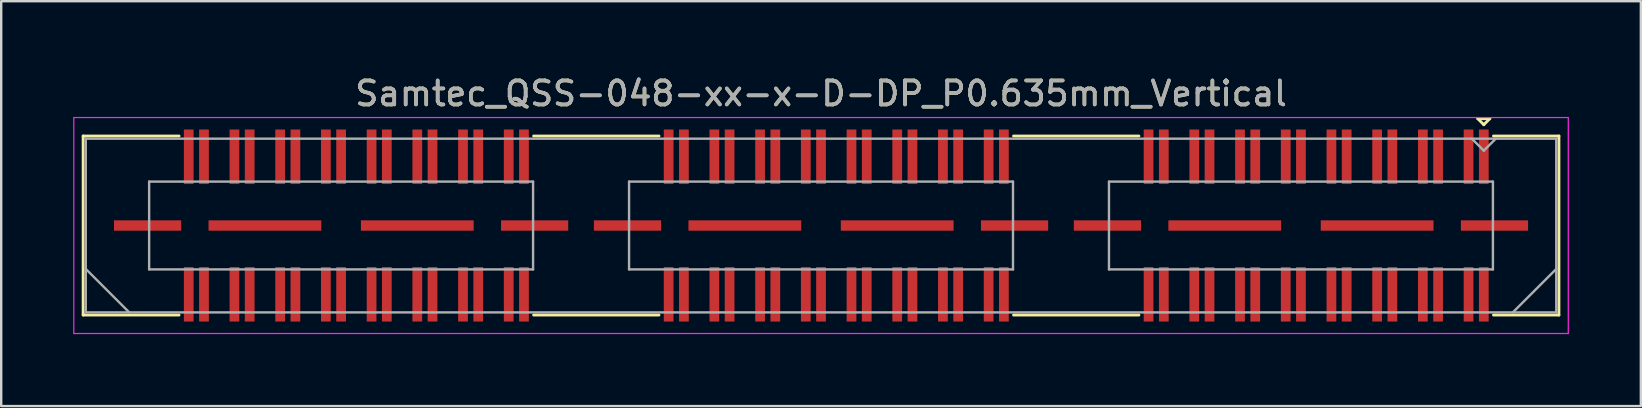
<source format=kicad_pcb>
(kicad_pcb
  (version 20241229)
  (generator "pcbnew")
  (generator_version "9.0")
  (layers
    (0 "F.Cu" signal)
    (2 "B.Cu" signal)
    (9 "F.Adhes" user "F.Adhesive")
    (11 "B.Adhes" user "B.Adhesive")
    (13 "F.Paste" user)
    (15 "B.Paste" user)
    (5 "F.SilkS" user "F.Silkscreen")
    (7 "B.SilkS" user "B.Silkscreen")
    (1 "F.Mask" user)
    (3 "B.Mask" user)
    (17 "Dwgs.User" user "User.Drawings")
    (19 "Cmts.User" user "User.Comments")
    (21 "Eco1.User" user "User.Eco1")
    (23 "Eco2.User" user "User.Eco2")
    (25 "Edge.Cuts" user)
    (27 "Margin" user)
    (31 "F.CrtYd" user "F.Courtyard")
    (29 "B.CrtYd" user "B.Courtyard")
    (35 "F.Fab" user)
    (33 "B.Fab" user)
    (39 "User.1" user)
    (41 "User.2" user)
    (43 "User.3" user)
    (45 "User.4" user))
  (footprint "Samtec_QSS-048-xx-x-D-DP_P0.635mm_Vertical"
    (layer "F.Cu")
    (at 31.165 6.348)
    (property "Reference" "Samtec_QSS-048-xx-x-D-DP_P0.635mm_Vertical" (at 0 -5.5 0) (layer "F.SilkS") (effects (font (size 1 1) (thickness 0.15))))
    (attr smd)
    (fp_line (start -30.75 -3.73) (end -26.753 -3.73) (stroke (width 0.12) (type solid)) (layer "F.SilkS"))
    (fp_line (start -30.75 3.73) (end -30.75 -3.73) (stroke (width 0.12) (type solid)) (layer "F.SilkS"))
    (fp_line (start -26.753 3.73) (end -30.75 3.73) (stroke (width 0.12) (type solid)) (layer "F.SilkS"))
    (fp_line (start -6.753 -3.73) (end -11.977 -3.73) (stroke (width 0.12) (type solid)) (layer "F.SilkS"))
    (fp_line (start -6.753 3.73) (end -11.977 3.73) (stroke (width 0.12) (type solid)) (layer "F.SilkS"))
    (fp_line (start 13.247 -3.73) (end 8.023 -3.73) (stroke (width 0.12) (type solid)) (layer "F.SilkS"))
    (fp_line (start 13.247 3.73) (end 8.023 3.73) (stroke (width 0.12) (type solid)) (layer "F.SilkS"))
    (fp_line (start 27.37 -4.452) (end 27.87 -4.452) (stroke (width 0.12) (type solid)) (layer "F.SilkS"))
    (fp_line (start 27.62 -4.202) (end 27.37 -4.452) (stroke (width 0.12) (type solid)) (layer "F.SilkS"))
    (fp_line (start 27.87 -4.452) (end 27.62 -4.202) (stroke (width 0.12) (type solid)) (layer "F.SilkS"))
    (fp_line (start 28.023 3.73) (end 30.75 3.73) (stroke (width 0.12) (type solid)) (layer "F.SilkS"))
    (fp_line (start 30.75 -3.73) (end 28.023 -3.73) (stroke (width 0.12) (type solid)) (layer "F.SilkS"))
    (fp_line (start 30.75 3.73) (end 30.75 -3.73) (stroke (width 0.12) (type solid)) (layer "F.SilkS"))
    (fp_line (start -31.14 -4.5) (end -31.14 4.5) (stroke (width 0.05) (type solid)) (layer "F.CrtYd"))
    (fp_line (start -31.14 4.5) (end 31.14 4.5) (stroke (width 0.05) (type solid)) (layer "F.CrtYd"))
    (fp_line (start 31.14 -4.5) (end -31.14 -4.5) (stroke (width 0.05) (type solid)) (layer "F.CrtYd"))
    (fp_line (start 31.14 4.5) (end 31.14 -4.5) (stroke (width 0.05) (type solid)) (layer "F.CrtYd"))
    (fp_line (start -30.64 -3.62) (end -30.64 3.62) (stroke (width 0.1) (type solid)) (layer "F.Fab"))
    (fp_line (start -30.64 1.81) (end -28.83 3.62) (stroke (width 0.1) (type solid)) (layer "F.Fab"))
    (fp_line (start -30.64 3.62) (end 30.64 3.62) (stroke (width 0.1) (type solid)) (layer "F.Fab"))
    (fp_line (start -28 -1.83) (end -28 1.83) (stroke (width 0.1) (type solid)) (layer "F.Fab"))
    (fp_line (start -28 1.83) (end -12 1.83) (stroke (width 0.1) (type solid)) (layer "F.Fab"))
    (fp_line (start -12 -1.83) (end -28 -1.83) (stroke (width 0.1) (type solid)) (layer "F.Fab"))
    (fp_line (start -12 1.83) (end -12 -1.83) (stroke (width 0.1) (type solid)) (layer "F.Fab"))
    (fp_line (start -8 -1.83) (end -8 1.83) (stroke (width 0.1) (type solid)) (layer "F.Fab"))
    (fp_line (start -8 1.83) (end 8 1.83) (stroke (width 0.1) (type solid)) (layer "F.Fab"))
    (fp_line (start 8 -1.83) (end -8 -1.83) (stroke (width 0.1) (type solid)) (layer "F.Fab"))
    (fp_line (start 8 1.83) (end 8 -1.83) (stroke (width 0.1) (type solid)) (layer "F.Fab"))
    (fp_line (start 12 -1.83) (end 12 1.83) (stroke (width 0.1) (type solid)) (layer "F.Fab"))
    (fp_line (start 12 1.83) (end 28 1.83) (stroke (width 0.1) (type solid)) (layer "F.Fab"))
    (fp_line (start 27.62 -3.12) (end 27.12 -3.62) (stroke (width 0.1) (type solid)) (layer "F.Fab"))
    (fp_line (start 28 -1.83) (end 12 -1.83) (stroke (width 0.1) (type solid)) (layer "F.Fab"))
    (fp_line (start 28 1.83) (end 28 -1.83) (stroke (width 0.1) (type solid)) (layer "F.Fab"))
    (fp_line (start 28.12 -3.62) (end 27.62 -3.12) (stroke (width 0.1) (type solid)) (layer "F.Fab"))
    (fp_line (start 30.64 -3.62) (end -30.64 -3.62) (stroke (width 0.1) (type solid)) (layer "F.Fab"))
    (fp_line (start 30.64 1.81) (end 28.83 3.62) (stroke (width 0.1) (type solid)) (layer "F.Fab"))
    (fp_line (start 30.64 3.62) (end 30.64 -3.62) (stroke (width 0.1) (type solid)) (layer "F.Fab"))
    (fp_text user "${REFERENCE}" (at 0 -5.5 0) (layer "F.Fab") (effects (font (size 1 1) (thickness 0.15))))
    (pad "1" smd rect (at 27.62 -2.865) (size 0.406 2.273) (layers "F.Cu" "F.Mask" "F.Paste"))
    (pad "2" smd rect (at 27.62 2.865) (size 0.406 2.273) (layers "F.Cu" "F.Mask" "F.Paste"))
    (pad "3" smd rect (at 26.985 -2.865) (size 0.406 2.273) (layers "F.Cu" "F.Mask" "F.Paste"))
    (pad "4" smd rect (at 26.985 2.865) (size 0.406 2.273) (layers "F.Cu" "F.Mask" "F.Paste"))
    (pad "5" smd rect (at 25.715 -2.865) (size 0.406 2.273) (layers "F.Cu" "F.Mask" "F.Paste"))
    (pad "6" smd rect (at 25.715 2.865) (size 0.406 2.273) (layers "F.Cu" "F.Mask" "F.Paste"))
    (pad "7" smd rect (at 25.08 -2.865) (size 0.406 2.273) (layers "F.Cu" "F.Mask" "F.Paste"))
    (pad "8" smd rect (at 25.08 2.865) (size 0.406 2.273) (layers "F.Cu" "F.Mask" "F.Paste"))
    (pad "9" smd rect (at 23.81 -2.865) (size 0.406 2.273) (layers "F.Cu" "F.Mask" "F.Paste"))
    (pad "10" smd rect (at 23.81 2.865) (size 0.406 2.273) (layers "F.Cu" "F.Mask" "F.Paste"))
    (pad "11" smd rect (at 23.175 -2.865) (size 0.406 2.273) (layers "F.Cu" "F.Mask" "F.Paste"))
    (pad "12" smd rect (at 23.175 2.865) (size 0.406 2.273) (layers "F.Cu" "F.Mask" "F.Paste"))
    (pad "13" smd rect (at 21.905 -2.865) (size 0.406 2.273) (layers "F.Cu" "F.Mask" "F.Paste"))
    (pad "14" smd rect (at 21.905 2.865) (size 0.406 2.273) (layers "F.Cu" "F.Mask" "F.Paste"))
    (pad "15" smd rect (at 21.27 -2.865) (size 0.406 2.273) (layers "F.Cu" "F.Mask" "F.Paste"))
    (pad "16" smd rect (at 21.27 2.865) (size 0.406 2.273) (layers "F.Cu" "F.Mask" "F.Paste"))
    (pad "17" smd rect (at 20 -2.865) (size 0.406 2.273) (layers "F.Cu" "F.Mask" "F.Paste"))
    (pad "18" smd rect (at 20 2.865) (size 0.406 2.273) (layers "F.Cu" "F.Mask" "F.Paste"))
    (pad "19" smd rect (at 19.365 -2.865) (size 0.406 2.273) (layers "F.Cu" "F.Mask" "F.Paste"))
    (pad "20" smd rect (at 19.365 2.865) (size 0.406 2.273) (layers "F.Cu" "F.Mask" "F.Paste"))
    (pad "21" smd rect (at 18.095 -2.865) (size 0.406 2.273) (layers "F.Cu" "F.Mask" "F.Paste"))
    (pad "22" smd rect (at 18.095 2.865) (size 0.406 2.273) (layers "F.Cu" "F.Mask" "F.Paste"))
    (pad "23" smd rect (at 17.46 -2.865) (size 0.406 2.273) (layers "F.Cu" "F.Mask" "F.Paste"))
    (pad "24" smd rect (at 17.46 2.865) (size 0.406 2.273) (layers "F.Cu" "F.Mask" "F.Paste"))
    (pad "25" smd rect (at 16.19 -2.865) (size 0.406 2.273) (layers "F.Cu" "F.Mask" "F.Paste"))
    (pad "26" smd rect (at 16.19 2.865) (size 0.406 2.273) (layers "F.Cu" "F.Mask" "F.Paste"))
    (pad "27" smd rect (at 15.555 -2.865) (size 0.406 2.273) (layers "F.Cu" "F.Mask" "F.Paste"))
    (pad "28" smd rect (at 15.555 2.865) (size 0.406 2.273) (layers "F.Cu" "F.Mask" "F.Paste"))
    (pad "29" smd rect (at 14.285 -2.865) (size 0.406 2.273) (layers "F.Cu" "F.Mask" "F.Paste"))
    (pad "30" smd rect (at 14.285 2.865) (size 0.406 2.273) (layers "F.Cu" "F.Mask" "F.Paste"))
    (pad "31" smd rect (at 13.65 -2.865) (size 0.406 2.273) (layers "F.Cu" "F.Mask" "F.Paste"))
    (pad "32" smd rect (at 13.65 2.865) (size 0.406 2.273) (layers "F.Cu" "F.Mask" "F.Paste"))
    (pad "33" smd rect (at 7.62 -2.865) (size 0.406 2.273) (layers "F.Cu" "F.Mask" "F.Paste"))
    (pad "34" smd rect (at 7.62 2.865) (size 0.406 2.273) (layers "F.Cu" "F.Mask" "F.Paste"))
    (pad "35" smd rect (at 6.985 -2.865) (size 0.406 2.273) (layers "F.Cu" "F.Mask" "F.Paste"))
    (pad "36" smd rect (at 6.985 2.865) (size 0.406 2.273) (layers "F.Cu" "F.Mask" "F.Paste"))
    (pad "37" smd rect (at 5.715 -2.865) (size 0.406 2.273) (layers "F.Cu" "F.Mask" "F.Paste"))
    (pad "38" smd rect (at 5.715 2.865) (size 0.406 2.273) (layers "F.Cu" "F.Mask" "F.Paste"))
    (pad "39" smd rect (at 5.08 -2.865) (size 0.406 2.273) (layers "F.Cu" "F.Mask" "F.Paste"))
    (pad "40" smd rect (at 5.08 2.865) (size 0.406 2.273) (layers "F.Cu" "F.Mask" "F.Paste"))
    (pad "41" smd rect (at 3.81 -2.865) (size 0.406 2.273) (layers "F.Cu" "F.Mask" "F.Paste"))
    (pad "42" smd rect (at 3.81 2.865) (size 0.406 2.273) (layers "F.Cu" "F.Mask" "F.Paste"))
    (pad "43" smd rect (at 3.175 -2.865) (size 0.406 2.273) (layers "F.Cu" "F.Mask" "F.Paste"))
    (pad "44" smd rect (at 3.175 2.865) (size 0.406 2.273) (layers "F.Cu" "F.Mask" "F.Paste"))
    (pad "45" smd rect (at 1.905 -2.865) (size 0.406 2.273) (layers "F.Cu" "F.Mask" "F.Paste"))
    (pad "46" smd rect (at 1.905 2.865) (size 0.406 2.273) (layers "F.Cu" "F.Mask" "F.Paste"))
    (pad "47" smd rect (at 1.27 -2.865) (size 0.406 2.273) (layers "F.Cu" "F.Mask" "F.Paste"))
    (pad "48" smd rect (at 1.27 2.865) (size 0.406 2.273) (layers "F.Cu" "F.Mask" "F.Paste"))
    (pad "49" smd rect (at 0 -2.865) (size 0.406 2.273) (layers "F.Cu" "F.Mask" "F.Paste"))
    (pad "50" smd rect (at 0 2.865) (size 0.406 2.273) (layers "F.Cu" "F.Mask" "F.Paste"))
    (pad "51" smd rect (at -0.635 -2.865) (size 0.406 2.273) (layers "F.Cu" "F.Mask" "F.Paste"))
    (pad "52" smd rect (at -0.635 2.865) (size 0.406 2.273) (layers "F.Cu" "F.Mask" "F.Paste"))
    (pad "53" smd rect (at -1.905 -2.865) (size 0.406 2.273) (layers "F.Cu" "F.Mask" "F.Paste"))
    (pad "54" smd rect (at -1.905 2.865) (size 0.406 2.273) (layers "F.Cu" "F.Mask" "F.Paste"))
    (pad "55" smd rect (at -2.54 -2.865) (size 0.406 2.273) (layers "F.Cu" "F.Mask" "F.Paste"))
    (pad "56" smd rect (at -2.54 2.865) (size 0.406 2.273) (layers "F.Cu" "F.Mask" "F.Paste"))
    (pad "57" smd rect (at -3.81 -2.865) (size 0.406 2.273) (layers "F.Cu" "F.Mask" "F.Paste"))
    (pad "58" smd rect (at -3.81 2.865) (size 0.406 2.273) (layers "F.Cu" "F.Mask" "F.Paste"))
    (pad "59" smd rect (at -4.445 -2.865) (size 0.406 2.273) (layers "F.Cu" "F.Mask" "F.Paste"))
    (pad "60" smd rect (at -4.445 2.865) (size 0.406 2.273) (layers "F.Cu" "F.Mask" "F.Paste"))
    (pad "61" smd rect (at -5.715 -2.865) (size 0.406 2.273) (layers "F.Cu" "F.Mask" "F.Paste"))
    (pad "62" smd rect (at -5.715 2.865) (size 0.406 2.273) (layers "F.Cu" "F.Mask" "F.Paste"))
    (pad "63" smd rect (at -6.35 -2.865) (size 0.406 2.273) (layers "F.Cu" "F.Mask" "F.Paste"))
    (pad "64" smd rect (at -6.35 2.865) (size 0.406 2.273) (layers "F.Cu" "F.Mask" "F.Paste"))
    (pad "65" smd rect (at -12.38 -2.865) (size 0.406 2.273) (layers "F.Cu" "F.Mask" "F.Paste"))
    (pad "66" smd rect (at -12.38 2.865) (size 0.406 2.273) (layers "F.Cu" "F.Mask" "F.Paste"))
    (pad "67" smd rect (at -13.015 -2.865) (size 0.406 2.273) (layers "F.Cu" "F.Mask" "F.Paste"))
    (pad "68" smd rect (at -13.015 2.865) (size 0.406 2.273) (layers "F.Cu" "F.Mask" "F.Paste"))
    (pad "69" smd rect (at -14.285 -2.865) (size 0.406 2.273) (layers "F.Cu" "F.Mask" "F.Paste"))
    (pad "70" smd rect (at -14.285 2.865) (size 0.406 2.273) (layers "F.Cu" "F.Mask" "F.Paste"))
    (pad "71" smd rect (at -14.92 -2.865) (size 0.406 2.273) (layers "F.Cu" "F.Mask" "F.Paste"))
    (pad "72" smd rect (at -14.92 2.865) (size 0.406 2.273) (layers "F.Cu" "F.Mask" "F.Paste"))
    (pad "73" smd rect (at -16.19 -2.865) (size 0.406 2.273) (layers "F.Cu" "F.Mask" "F.Paste"))
    (pad "74" smd rect (at -16.19 2.865) (size 0.406 2.273) (layers "F.Cu" "F.Mask" "F.Paste"))
    (pad "75" smd rect (at -16.825 -2.865) (size 0.406 2.273) (layers "F.Cu" "F.Mask" "F.Paste"))
    (pad "76" smd rect (at -16.825 2.865) (size 0.406 2.273) (layers "F.Cu" "F.Mask" "F.Paste"))
    (pad "77" smd rect (at -18.095 -2.865) (size 0.406 2.273) (layers "F.Cu" "F.Mask" "F.Paste"))
    (pad "78" smd rect (at -18.095 2.865) (size 0.406 2.273) (layers "F.Cu" "F.Mask" "F.Paste"))
    (pad "79" smd rect (at -18.73 -2.865) (size 0.406 2.273) (layers "F.Cu" "F.Mask" "F.Paste"))
    (pad "80" smd rect (at -18.73 2.865) (size 0.406 2.273) (layers "F.Cu" "F.Mask" "F.Paste"))
    (pad "81" smd rect (at -20 -2.865) (size 0.406 2.273) (layers "F.Cu" "F.Mask" "F.Paste"))
    (pad "82" smd rect (at -20 2.865) (size 0.406 2.273) (layers "F.Cu" "F.Mask" "F.Paste"))
    (pad "83" smd rect (at -20.635 -2.865) (size 0.406 2.273) (layers "F.Cu" "F.Mask" "F.Paste"))
    (pad "84" smd rect (at -20.635 2.865) (size 0.406 2.273) (layers "F.Cu" "F.Mask" "F.Paste"))
    (pad "85" smd rect (at -21.905 -2.865) (size 0.406 2.273) (layers "F.Cu" "F.Mask" "F.Paste"))
    (pad "86" smd rect (at -21.905 2.865) (size 0.406 2.273) (layers "F.Cu" "F.Mask" "F.Paste"))
    (pad "87" smd rect (at -22.54 -2.865) (size 0.406 2.273) (layers "F.Cu" "F.Mask" "F.Paste"))
    (pad "88" smd rect (at -22.54 2.865) (size 0.406 2.273) (layers "F.Cu" "F.Mask" "F.Paste"))
    (pad "89" smd rect (at -23.81 -2.865) (size 0.406 2.273) (layers "F.Cu" "F.Mask" "F.Paste"))
    (pad "90" smd rect (at -23.81 2.865) (size 0.406 2.273) (layers "F.Cu" "F.Mask" "F.Paste"))
    (pad "91" smd rect (at -24.445 -2.865) (size 0.406 2.273) (layers "F.Cu" "F.Mask" "F.Paste"))
    (pad "92" smd rect (at -24.445 2.865) (size 0.406 2.273) (layers "F.Cu" "F.Mask" "F.Paste"))
    (pad "93" smd rect (at -25.715 -2.865) (size 0.406 2.273) (layers "F.Cu" "F.Mask" "F.Paste"))
    (pad "94" smd rect (at -25.715 2.865) (size 0.406 2.273) (layers "F.Cu" "F.Mask" "F.Paste"))
    (pad "95" smd rect (at -26.35 -2.865) (size 0.406 2.273) (layers "F.Cu" "F.Mask" "F.Paste"))
    (pad "96" smd rect (at -26.35 2.865) (size 0.406 2.273) (layers "F.Cu" "F.Mask" "F.Paste"))
    (pad "P1" smd rect (at 11.935 0) (size 2.8 0.432) (layers "F.Cu" "F.Mask" "F.Paste"))
    (pad "P1" smd rect (at 16.825 0) (size 4.7 0.432) (layers "F.Cu" "F.Mask" "F.Paste"))
    (pad "P1" smd rect (at 23.175 0) (size 4.7 0.432) (layers "F.Cu" "F.Mask" "F.Paste"))
    (pad "P1" smd rect (at 28.065 0) (size 2.8 0.432) (layers "F.Cu" "F.Mask" "F.Paste"))
    (pad "P2" smd rect (at -8.065 0) (size 2.8 0.432) (layers "F.Cu" "F.Mask" "F.Paste"))
    (pad "P2" smd rect (at -3.175 0) (size 4.7 0.432) (layers "F.Cu" "F.Mask" "F.Paste"))
    (pad "P2" smd rect (at 3.175 0) (size 4.7 0.432) (layers "F.Cu" "F.Mask" "F.Paste"))
    (pad "P2" smd rect (at 8.065 0) (size 2.8 0.432) (layers "F.Cu" "F.Mask" "F.Paste"))
    (pad "P3" smd rect (at -28.065 0) (size 2.8 0.432) (layers "F.Cu" "F.Mask" "F.Paste"))
    (pad "P3" smd rect (at -23.175 0) (size 4.7 0.432) (layers "F.Cu" "F.Mask" "F.Paste"))
    (pad "P3" smd rect (at -16.825 0) (size 4.7 0.432) (layers "F.Cu" "F.Mask" "F.Paste"))
    (pad "P3" smd rect (at -11.935 0) (size 2.8 0.432) (layers "F.Cu" "F.Mask" "F.Paste")))
  (gr_rect
    (start -3 -3)
    (end 65.33 13.873)
    (stroke (width 0.1) (type default))
    (fill no)
    (layer "Edge.Cuts")))
</source>
